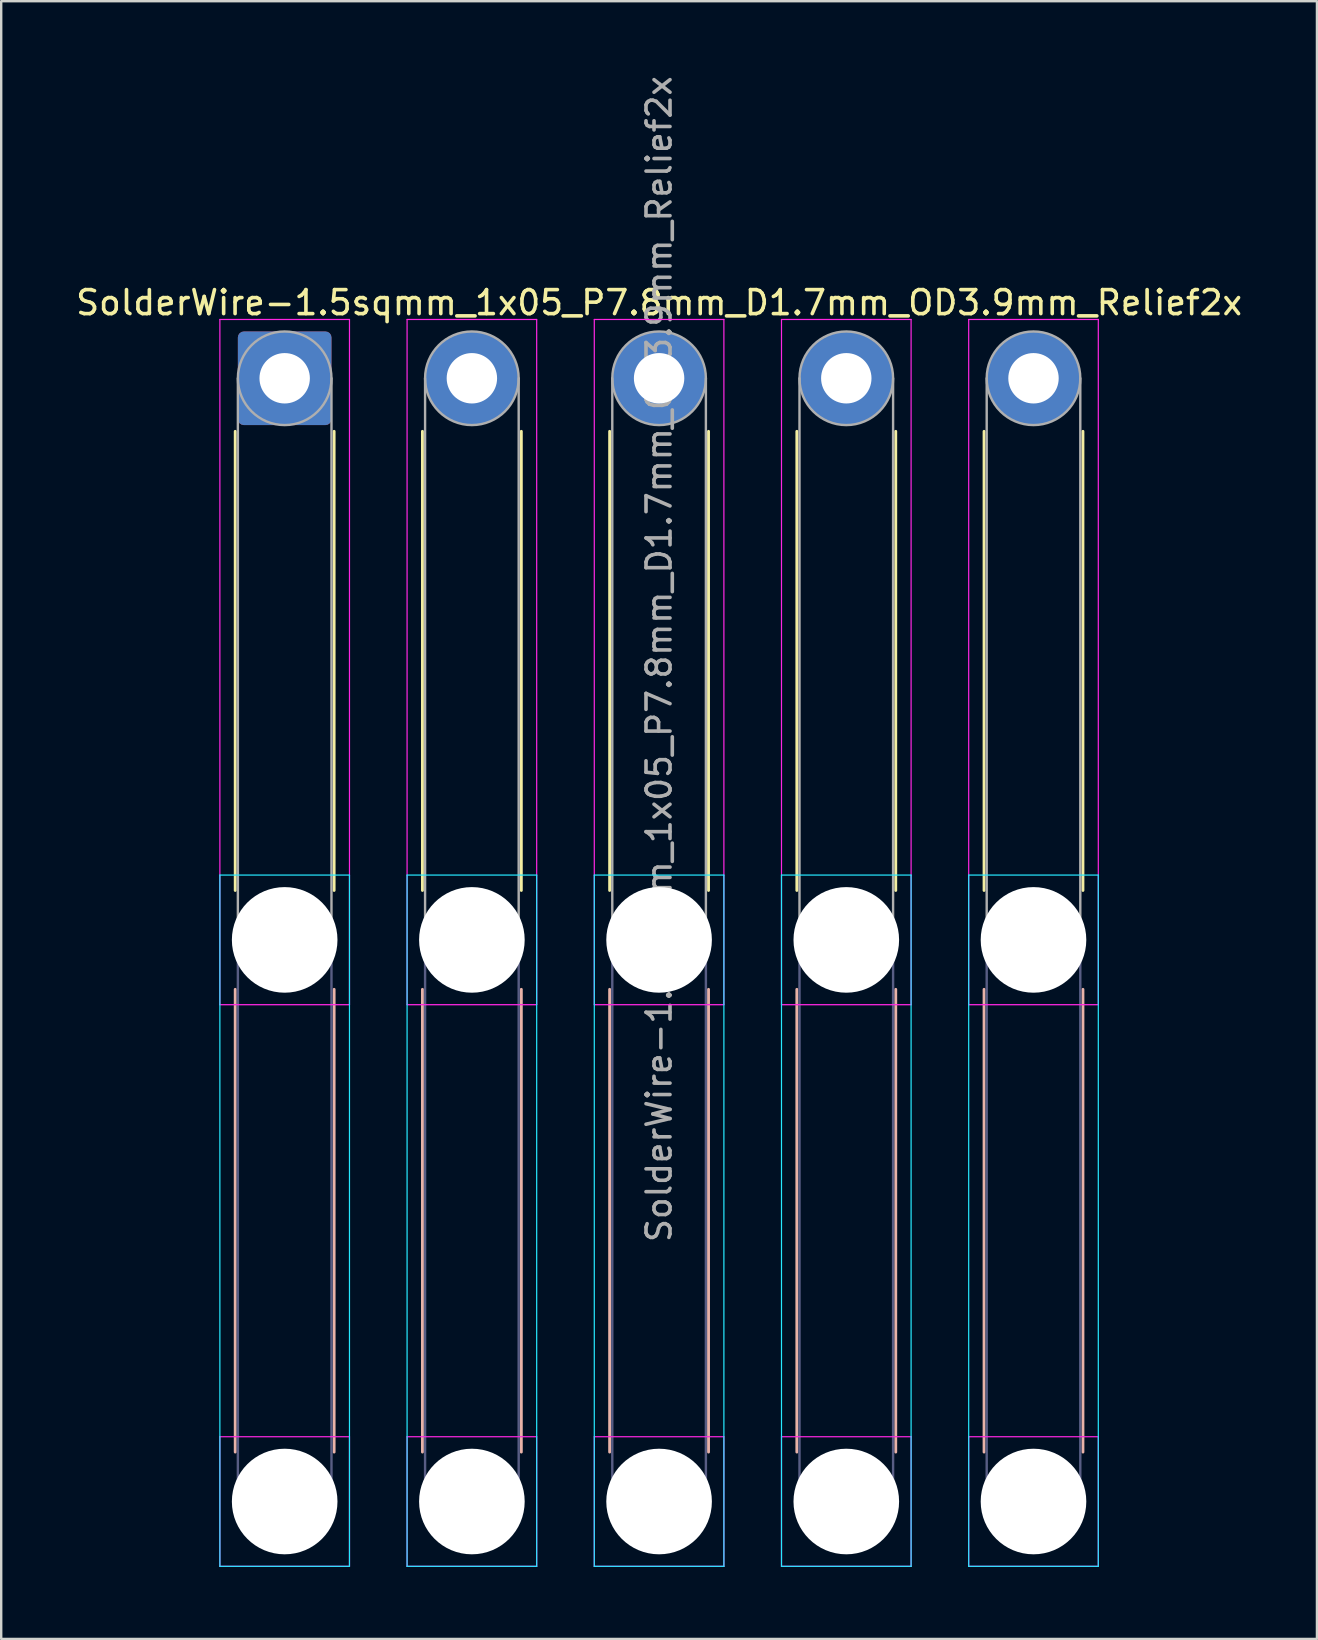
<source format=kicad_pcb>
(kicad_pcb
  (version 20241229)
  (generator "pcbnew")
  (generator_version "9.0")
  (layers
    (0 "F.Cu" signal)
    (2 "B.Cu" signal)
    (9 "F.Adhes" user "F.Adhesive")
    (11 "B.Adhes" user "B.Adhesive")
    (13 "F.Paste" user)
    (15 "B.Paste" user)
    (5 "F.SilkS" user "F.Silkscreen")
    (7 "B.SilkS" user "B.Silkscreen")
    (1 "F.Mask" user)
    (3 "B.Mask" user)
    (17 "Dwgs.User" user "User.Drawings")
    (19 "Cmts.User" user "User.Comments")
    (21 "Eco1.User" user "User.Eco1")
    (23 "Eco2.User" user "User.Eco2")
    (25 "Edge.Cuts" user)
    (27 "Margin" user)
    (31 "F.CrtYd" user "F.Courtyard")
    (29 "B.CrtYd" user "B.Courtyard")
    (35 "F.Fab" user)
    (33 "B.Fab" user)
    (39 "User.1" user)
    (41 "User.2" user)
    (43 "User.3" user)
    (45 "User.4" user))
  (footprint "SolderWire-1.5sqmm_1x05_P7.8mm_D1.7mm_OD3.9mm_Relief2x"
    (layer "F.Cu")
    (at 8.811 12.711)
    (property "Reference" "SolderWire-1.5sqmm_1x05_P7.8mm_D1.7mm_OD3.9mm_Relief2x" (at 15.6 -3.15 0) (layer "F.SilkS") (effects (font (size 1 1) (thickness 0.15))))
    (attr exclude_from_pos_files exclude_from_bom)
    (fp_line (start -2.06 2.21) (end -2.06 21.34) (stroke (width 0.12) (type solid)) (layer "F.SilkS"))
    (fp_line (start 2.06 2.21) (end 2.06 21.34) (stroke (width 0.12) (type solid)) (layer "F.SilkS"))
    (fp_line (start 5.74 2.21) (end 5.74 21.34) (stroke (width 0.12) (type solid)) (layer "F.SilkS"))
    (fp_line (start 9.86 2.21) (end 9.86 21.34) (stroke (width 0.12) (type solid)) (layer "F.SilkS"))
    (fp_line (start 13.54 2.21) (end 13.54 21.34) (stroke (width 0.12) (type solid)) (layer "F.SilkS"))
    (fp_line (start 17.66 2.21) (end 17.66 21.34) (stroke (width 0.12) (type solid)) (layer "F.SilkS"))
    (fp_line (start 21.34 2.21) (end 21.34 21.34) (stroke (width 0.12) (type solid)) (layer "F.SilkS"))
    (fp_line (start 25.46 2.21) (end 25.46 21.34) (stroke (width 0.12) (type solid)) (layer "F.SilkS"))
    (fp_line (start 29.14 2.21) (end 29.14 21.34) (stroke (width 0.12) (type solid)) (layer "F.SilkS"))
    (fp_line (start 33.26 2.21) (end 33.26 21.34) (stroke (width 0.12) (type solid)) (layer "F.SilkS"))
    (fp_line (start -2.06 25.46) (end -2.06 44.74) (stroke (width 0.12) (type solid)) (layer "B.SilkS"))
    (fp_line (start 2.06 25.46) (end 2.06 44.74) (stroke (width 0.12) (type solid)) (layer "B.SilkS"))
    (fp_line (start 5.74 25.46) (end 5.74 44.74) (stroke (width 0.12) (type solid)) (layer "B.SilkS"))
    (fp_line (start 9.86 25.46) (end 9.86 44.74) (stroke (width 0.12) (type solid)) (layer "B.SilkS"))
    (fp_line (start 13.54 25.46) (end 13.54 44.74) (stroke (width 0.12) (type solid)) (layer "B.SilkS"))
    (fp_line (start 17.66 25.46) (end 17.66 44.74) (stroke (width 0.12) (type solid)) (layer "B.SilkS"))
    (fp_line (start 21.34 25.46) (end 21.34 44.74) (stroke (width 0.12) (type solid)) (layer "B.SilkS"))
    (fp_line (start 25.46 25.46) (end 25.46 44.74) (stroke (width 0.12) (type solid)) (layer "B.SilkS"))
    (fp_line (start 29.14 25.46) (end 29.14 44.74) (stroke (width 0.12) (type solid)) (layer "B.SilkS"))
    (fp_line (start 33.26 25.46) (end 33.26 44.74) (stroke (width 0.12) (type solid)) (layer "B.SilkS"))
    (fp_line (start -2.7 20.7) (end -2.7 49.5) (stroke (width 0.05) (type solid)) (layer "B.CrtYd"))
    (fp_line (start -2.7 49.5) (end 2.7 49.5) (stroke (width 0.05) (type solid)) (layer "B.CrtYd"))
    (fp_line (start 2.7 20.7) (end -2.7 20.7) (stroke (width 0.05) (type solid)) (layer "B.CrtYd"))
    (fp_line (start 2.7 49.5) (end 2.7 20.7) (stroke (width 0.05) (type solid)) (layer "B.CrtYd"))
    (fp_line (start 5.1 20.7) (end 5.1 49.5) (stroke (width 0.05) (type solid)) (layer "B.CrtYd"))
    (fp_line (start 5.1 49.5) (end 10.5 49.5) (stroke (width 0.05) (type solid)) (layer "B.CrtYd"))
    (fp_line (start 10.5 20.7) (end 5.1 20.7) (stroke (width 0.05) (type solid)) (layer "B.CrtYd"))
    (fp_line (start 10.5 49.5) (end 10.5 20.7) (stroke (width 0.05) (type solid)) (layer "B.CrtYd"))
    (fp_line (start 12.9 20.7) (end 12.9 49.5) (stroke (width 0.05) (type solid)) (layer "B.CrtYd"))
    (fp_line (start 12.9 49.5) (end 18.3 49.5) (stroke (width 0.05) (type solid)) (layer "B.CrtYd"))
    (fp_line (start 18.3 20.7) (end 12.9 20.7) (stroke (width 0.05) (type solid)) (layer "B.CrtYd"))
    (fp_line (start 18.3 49.5) (end 18.3 20.7) (stroke (width 0.05) (type solid)) (layer "B.CrtYd"))
    (fp_line (start 20.7 20.7) (end 20.7 49.5) (stroke (width 0.05) (type solid)) (layer "B.CrtYd"))
    (fp_line (start 20.7 49.5) (end 26.1 49.5) (stroke (width 0.05) (type solid)) (layer "B.CrtYd"))
    (fp_line (start 26.1 20.7) (end 20.7 20.7) (stroke (width 0.05) (type solid)) (layer "B.CrtYd"))
    (fp_line (start 26.1 49.5) (end 26.1 20.7) (stroke (width 0.05) (type solid)) (layer "B.CrtYd"))
    (fp_line (start 28.5 20.7) (end 28.5 49.5) (stroke (width 0.05) (type solid)) (layer "B.CrtYd"))
    (fp_line (start 28.5 49.5) (end 33.9 49.5) (stroke (width 0.05) (type solid)) (layer "B.CrtYd"))
    (fp_line (start 33.9 20.7) (end 28.5 20.7) (stroke (width 0.05) (type solid)) (layer "B.CrtYd"))
    (fp_line (start 33.9 49.5) (end 33.9 20.7) (stroke (width 0.05) (type solid)) (layer "B.CrtYd"))
    (fp_line (start -2.7 -2.45) (end -2.7 26.1) (stroke (width 0.05) (type solid)) (layer "F.CrtYd"))
    (fp_line (start -2.7 26.1) (end 2.7 26.1) (stroke (width 0.05) (type solid)) (layer "F.CrtYd"))
    (fp_line (start -2.7 44.1) (end -2.7 49.5) (stroke (width 0.05) (type solid)) (layer "F.CrtYd"))
    (fp_line (start -2.7 49.5) (end 2.7 49.5) (stroke (width 0.05) (type solid)) (layer "F.CrtYd"))
    (fp_line (start 2.7 -2.45) (end -2.7 -2.45) (stroke (width 0.05) (type solid)) (layer "F.CrtYd"))
    (fp_line (start 2.7 26.1) (end 2.7 -2.45) (stroke (width 0.05) (type solid)) (layer "F.CrtYd"))
    (fp_line (start 2.7 44.1) (end -2.7 44.1) (stroke (width 0.05) (type solid)) (layer "F.CrtYd"))
    (fp_line (start 2.7 49.5) (end 2.7 44.1) (stroke (width 0.05) (type solid)) (layer "F.CrtYd"))
    (fp_line (start 5.1 -2.45) (end 5.1 26.1) (stroke (width 0.05) (type solid)) (layer "F.CrtYd"))
    (fp_line (start 5.1 26.1) (end 10.5 26.1) (stroke (width 0.05) (type solid)) (layer "F.CrtYd"))
    (fp_line (start 5.1 44.1) (end 5.1 49.5) (stroke (width 0.05) (type solid)) (layer "F.CrtYd"))
    (fp_line (start 5.1 49.5) (end 10.5 49.5) (stroke (width 0.05) (type solid)) (layer "F.CrtYd"))
    (fp_line (start 10.5 -2.45) (end 5.1 -2.45) (stroke (width 0.05) (type solid)) (layer "F.CrtYd"))
    (fp_line (start 10.5 26.1) (end 10.5 -2.45) (stroke (width 0.05) (type solid)) (layer "F.CrtYd"))
    (fp_line (start 10.5 44.1) (end 5.1 44.1) (stroke (width 0.05) (type solid)) (layer "F.CrtYd"))
    (fp_line (start 10.5 49.5) (end 10.5 44.1) (stroke (width 0.05) (type solid)) (layer "F.CrtYd"))
    (fp_line (start 12.9 -2.45) (end 12.9 26.1) (stroke (width 0.05) (type solid)) (layer "F.CrtYd"))
    (fp_line (start 12.9 26.1) (end 18.3 26.1) (stroke (width 0.05) (type solid)) (layer "F.CrtYd"))
    (fp_line (start 12.9 44.1) (end 12.9 49.5) (stroke (width 0.05) (type solid)) (layer "F.CrtYd"))
    (fp_line (start 12.9 49.5) (end 18.3 49.5) (stroke (width 0.05) (type solid)) (layer "F.CrtYd"))
    (fp_line (start 18.3 -2.45) (end 12.9 -2.45) (stroke (width 0.05) (type solid)) (layer "F.CrtYd"))
    (fp_line (start 18.3 26.1) (end 18.3 -2.45) (stroke (width 0.05) (type solid)) (layer "F.CrtYd"))
    (fp_line (start 18.3 44.1) (end 12.9 44.1) (stroke (width 0.05) (type solid)) (layer "F.CrtYd"))
    (fp_line (start 18.3 49.5) (end 18.3 44.1) (stroke (width 0.05) (type solid)) (layer "F.CrtYd"))
    (fp_line (start 20.7 -2.45) (end 20.7 26.1) (stroke (width 0.05) (type solid)) (layer "F.CrtYd"))
    (fp_line (start 20.7 26.1) (end 26.1 26.1) (stroke (width 0.05) (type solid)) (layer "F.CrtYd"))
    (fp_line (start 20.7 44.1) (end 20.7 49.5) (stroke (width 0.05) (type solid)) (layer "F.CrtYd"))
    (fp_line (start 20.7 49.5) (end 26.1 49.5) (stroke (width 0.05) (type solid)) (layer "F.CrtYd"))
    (fp_line (start 26.1 -2.45) (end 20.7 -2.45) (stroke (width 0.05) (type solid)) (layer "F.CrtYd"))
    (fp_line (start 26.1 26.1) (end 26.1 -2.45) (stroke (width 0.05) (type solid)) (layer "F.CrtYd"))
    (fp_line (start 26.1 44.1) (end 20.7 44.1) (stroke (width 0.05) (type solid)) (layer "F.CrtYd"))
    (fp_line (start 26.1 49.5) (end 26.1 44.1) (stroke (width 0.05) (type solid)) (layer "F.CrtYd"))
    (fp_line (start 28.5 -2.45) (end 28.5 26.1) (stroke (width 0.05) (type solid)) (layer "F.CrtYd"))
    (fp_line (start 28.5 26.1) (end 33.9 26.1) (stroke (width 0.05) (type solid)) (layer "F.CrtYd"))
    (fp_line (start 28.5 44.1) (end 28.5 49.5) (stroke (width 0.05) (type solid)) (layer "F.CrtYd"))
    (fp_line (start 28.5 49.5) (end 33.9 49.5) (stroke (width 0.05) (type solid)) (layer "F.CrtYd"))
    (fp_line (start 33.9 -2.45) (end 28.5 -2.45) (stroke (width 0.05) (type solid)) (layer "F.CrtYd"))
    (fp_line (start 33.9 26.1) (end 33.9 -2.45) (stroke (width 0.05) (type solid)) (layer "F.CrtYd"))
    (fp_line (start 33.9 44.1) (end 28.5 44.1) (stroke (width 0.05) (type solid)) (layer "F.CrtYd"))
    (fp_line (start 33.9 49.5) (end 33.9 44.1) (stroke (width 0.05) (type solid)) (layer "F.CrtYd"))
    (fp_line (start -1.95 23.4) (end -1.95 46.8) (stroke (width 0.1) (type solid)) (layer "B.Fab"))
    (fp_line (start 1.95 23.4) (end 1.95 46.8) (stroke (width 0.1) (type solid)) (layer "B.Fab"))
    (fp_line (start 5.85 23.4) (end 5.85 46.8) (stroke (width 0.1) (type solid)) (layer "B.Fab"))
    (fp_line (start 9.75 23.4) (end 9.75 46.8) (stroke (width 0.1) (type solid)) (layer "B.Fab"))
    (fp_line (start 13.65 23.4) (end 13.65 46.8) (stroke (width 0.1) (type solid)) (layer "B.Fab"))
    (fp_line (start 17.55 23.4) (end 17.55 46.8) (stroke (width 0.1) (type solid)) (layer "B.Fab"))
    (fp_line (start 21.45 23.4) (end 21.45 46.8) (stroke (width 0.1) (type solid)) (layer "B.Fab"))
    (fp_line (start 25.35 23.4) (end 25.35 46.8) (stroke (width 0.1) (type solid)) (layer "B.Fab"))
    (fp_line (start 29.25 23.4) (end 29.25 46.8) (stroke (width 0.1) (type solid)) (layer "B.Fab"))
    (fp_line (start 33.15 23.4) (end 33.15 46.8) (stroke (width 0.1) (type solid)) (layer "B.Fab"))
    (fp_circle (center 0 23.4) (end 1.95 23.4) (stroke (width 0.1) (type solid)) (fill no) (layer "B.Fab"))
    (fp_circle (center 0 46.8) (end 1.95 46.8) (stroke (width 0.1) (type solid)) (fill no) (layer "B.Fab"))
    (fp_circle (center 7.8 23.4) (end 9.75 23.4) (stroke (width 0.1) (type solid)) (fill no) (layer "B.Fab"))
    (fp_circle (center 7.8 46.8) (end 9.75 46.8) (stroke (width 0.1) (type solid)) (fill no) (layer "B.Fab"))
    (fp_circle (center 15.6 23.4) (end 17.55 23.4) (stroke (width 0.1) (type solid)) (fill no) (layer "B.Fab"))
    (fp_circle (center 15.6 46.8) (end 17.55 46.8) (stroke (width 0.1) (type solid)) (fill no) (layer "B.Fab"))
    (fp_circle (center 23.4 23.4) (end 25.35 23.4) (stroke (width 0.1) (type solid)) (fill no) (layer "B.Fab"))
    (fp_circle (center 23.4 46.8) (end 25.35 46.8) (stroke (width 0.1) (type solid)) (fill no) (layer "B.Fab"))
    (fp_circle (center 31.2 23.4) (end 33.15 23.4) (stroke (width 0.1) (type solid)) (fill no) (layer "B.Fab"))
    (fp_circle (center 31.2 46.8) (end 33.15 46.8) (stroke (width 0.1) (type solid)) (fill no) (layer "B.Fab"))
    (fp_line (start -1.95 0) (end -1.95 23.4) (stroke (width 0.1) (type solid)) (layer "F.Fab"))
    (fp_line (start 1.95 0) (end 1.95 23.4) (stroke (width 0.1) (type solid)) (layer "F.Fab"))
    (fp_line (start 5.85 0) (end 5.85 23.4) (stroke (width 0.1) (type solid)) (layer "F.Fab"))
    (fp_line (start 9.75 0) (end 9.75 23.4) (stroke (width 0.1) (type solid)) (layer "F.Fab"))
    (fp_line (start 13.65 0) (end 13.65 23.4) (stroke (width 0.1) (type solid)) (layer "F.Fab"))
    (fp_line (start 17.55 0) (end 17.55 23.4) (stroke (width 0.1) (type solid)) (layer "F.Fab"))
    (fp_line (start 21.45 0) (end 21.45 23.4) (stroke (width 0.1) (type solid)) (layer "F.Fab"))
    (fp_line (start 25.35 0) (end 25.35 23.4) (stroke (width 0.1) (type solid)) (layer "F.Fab"))
    (fp_line (start 29.25 0) (end 29.25 23.4) (stroke (width 0.1) (type solid)) (layer "F.Fab"))
    (fp_line (start 33.15 0) (end 33.15 23.4) (stroke (width 0.1) (type solid)) (layer "F.Fab"))
    (fp_circle (center 0 0) (end 1.95 0) (stroke (width 0.1) (type solid)) (fill no) (layer "F.Fab"))
    (fp_circle (center 0 23.4) (end 1.95 23.4) (stroke (width 0.1) (type solid)) (fill no) (layer "F.Fab"))
    (fp_circle (center 0 46.8) (end 1.95 46.8) (stroke (width 0.1) (type solid)) (fill no) (layer "F.Fab"))
    (fp_circle (center 7.8 0) (end 9.75 0) (stroke (width 0.1) (type solid)) (fill no) (layer "F.Fab"))
    (fp_circle (center 7.8 23.4) (end 9.75 23.4) (stroke (width 0.1) (type solid)) (fill no) (layer "F.Fab"))
    (fp_circle (center 7.8 46.8) (end 9.75 46.8) (stroke (width 0.1) (type solid)) (fill no) (layer "F.Fab"))
    (fp_circle (center 15.6 0) (end 17.55 0) (stroke (width 0.1) (type solid)) (fill no) (layer "F.Fab"))
    (fp_circle (center 15.6 23.4) (end 17.55 23.4) (stroke (width 0.1) (type solid)) (fill no) (layer "F.Fab"))
    (fp_circle (center 15.6 46.8) (end 17.55 46.8) (stroke (width 0.1) (type solid)) (fill no) (layer "F.Fab"))
    (fp_circle (center 23.4 0) (end 25.35 0) (stroke (width 0.1) (type solid)) (fill no) (layer "F.Fab"))
    (fp_circle (center 23.4 23.4) (end 25.35 23.4) (stroke (width 0.1) (type solid)) (fill no) (layer "F.Fab"))
    (fp_circle (center 23.4 46.8) (end 25.35 46.8) (stroke (width 0.1) (type solid)) (fill no) (layer "F.Fab"))
    (fp_circle (center 31.2 0) (end 33.15 0) (stroke (width 0.1) (type solid)) (fill no) (layer "F.Fab"))
    (fp_circle (center 31.2 23.4) (end 33.15 23.4) (stroke (width 0.1) (type solid)) (fill no) (layer "F.Fab"))
    (fp_circle (center 31.2 46.8) (end 33.15 46.8) (stroke (width 0.1) (type solid)) (fill no) (layer "F.Fab"))
    (fp_text user "${REFERENCE}" (at 15.6 11.7 90) (layer "F.Fab") (effects (font (size 1 1) (thickness 0.15))))
    (pad "" np_thru_hole circle (at 0 23.4) (size 4.4 4.4) (drill 4.4) (layers "*.Cu" "*.Mask"))
    (pad "" np_thru_hole circle (at 0 46.8) (size 4.4 4.4) (drill 4.4) (layers "*.Cu" "*.Mask"))
    (pad "" np_thru_hole circle (at 7.8 23.4) (size 4.4 4.4) (drill 4.4) (layers "*.Cu" "*.Mask"))
    (pad "" np_thru_hole circle (at 7.8 46.8) (size 4.4 4.4) (drill 4.4) (layers "*.Cu" "*.Mask"))
    (pad "" np_thru_hole circle (at 15.6 23.4) (size 4.4 4.4) (drill 4.4) (layers "*.Cu" "*.Mask"))
    (pad "" np_thru_hole circle (at 15.6 46.8) (size 4.4 4.4) (drill 4.4) (layers "*.Cu" "*.Mask"))
    (pad "" np_thru_hole circle (at 23.4 23.4) (size 4.4 4.4) (drill 4.4) (layers "*.Cu" "*.Mask"))
    (pad "" np_thru_hole circle (at 23.4 46.8) (size 4.4 4.4) (drill 4.4) (layers "*.Cu" "*.Mask"))
    (pad "" np_thru_hole circle (at 31.2 23.4) (size 4.4 4.4) (drill 4.4) (layers "*.Cu" "*.Mask"))
    (pad "" np_thru_hole circle (at 31.2 46.8) (size 4.4 4.4) (drill 4.4) (layers "*.Cu" "*.Mask"))
    (pad "1" thru_hole roundrect (at 0 0) (size 3.9 3.9) (drill 2.1) (layers "*.Cu" "*.Mask") (roundrect_rratio 0.064))
    (pad "2" thru_hole circle (at 7.8 0) (size 3.9 3.9) (drill 2.1) (layers "*.Cu" "*.Mask"))
    (pad "3" thru_hole circle (at 15.6 0) (size 3.9 3.9) (drill 2.1) (layers "*.Cu" "*.Mask"))
    (pad "4" thru_hole circle (at 23.4 0) (size 3.9 3.9) (drill 2.1) (layers "*.Cu" "*.Mask"))
    (pad "5" thru_hole circle (at 31.2 0) (size 3.9 3.9) (drill 2.1) (layers "*.Cu" "*.Mask")))
  (gr_rect
    (start -3 -3)
    (end 51.821 65.236)
    (stroke (width 0.1) (type default))
    (fill no)
    (layer "Edge.Cuts")))
</source>
